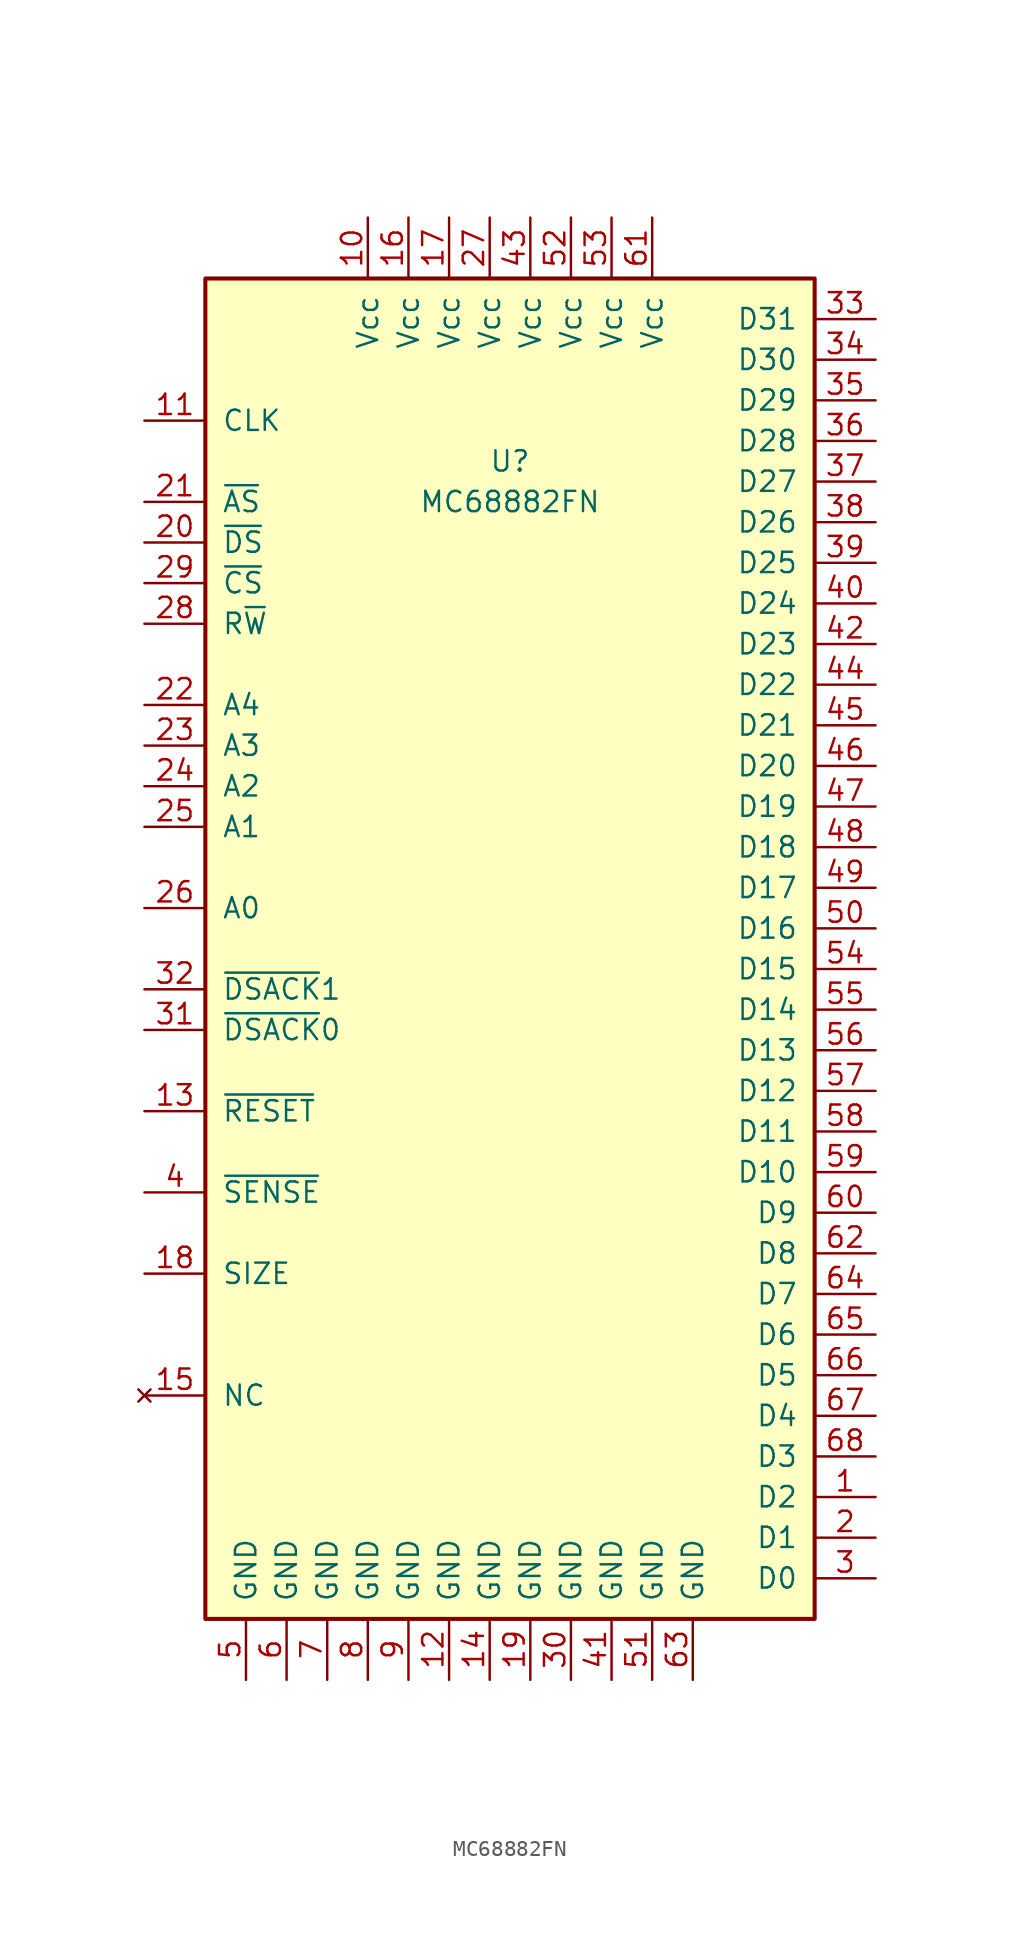
<source format=kicad_sym>
(kicad_symbol_lib
  (version 20211014)
  (generator kicad_symbol_editor)
  (symbol "MC68882FN"
    (pin_names
      (offset 1.016))
    (property "Reference" "U"
      (at 0 30.48 0)
      (effects (font (size 1.27 1.27))))
    (property "Value" "MC68882FN"
      (at 0 27.94 0)
      (effects (font (size 1.27 1.27))))
    (symbol "MC68882FN_0_1"
      (rectangle (start 19.05 -41.91) (end -19.05 41.91) (stroke (width 0.254) (type default) (color 0 0 0 0)) (fill (type background))))
    (symbol "MC68882FN_1_1"
      (pin bidirectional line (at 22.86 -34.29 180) (length 3.81) (name "D2" (effects (font (size 1.27 1.27)))) (number "1" (effects (font (size 1.27 1.27)))))
      (pin power_in line (at -8.89 45.72 270) (length 3.81) (name "Vcc" (effects (font (size 1.27 1.27)))) (number "10" (effects (font (size 1.27 1.27)))))
      (pin input line (at -22.86 33.02 0) (length 3.81) (name "CLK" (effects (font (size 1.27 1.27)))) (number "11" (effects (font (size 1.27 1.27)))))
      (pin power_in line (at -3.81 -45.72 90) (length 3.81) (name "GND" (effects (font (size 1.27 1.27)))) (number "12" (effects (font (size 1.27 1.27)))))
      (pin input line (at -22.86 -10.16 0) (length 3.81) (name "~{RESET}" (effects (font (size 1.27 1.27)))) (number "13" (effects (font (size 1.27 1.27)))))
      (pin power_in line (at -1.27 -45.72 90) (length 3.81) (name "GND" (effects (font (size 1.27 1.27)))) (number "14" (effects (font (size 1.27 1.27)))))
      (pin no_connect line (at -22.86 -27.94 0) (length 3.81) (name "NC" (effects (font (size 1.27 1.27)))) (number "15" (effects (font (size 1.27 1.27)))))
      (pin power_in line (at -6.35 45.72 270) (length 3.81) (name "Vcc" (effects (font (size 1.27 1.27)))) (number "16" (effects (font (size 1.27 1.27)))))
      (pin power_in line (at -3.81 45.72 270) (length 3.81) (name "Vcc" (effects (font (size 1.27 1.27)))) (number "17" (effects (font (size 1.27 1.27)))))
      (pin input line (at -22.86 -20.32 0) (length 3.81) (name "SIZE" (effects (font (size 1.27 1.27)))) (number "18" (effects (font (size 1.27 1.27)))))
      (pin power_in line (at 1.27 -45.72 90) (length 3.81) (name "GND" (effects (font (size 1.27 1.27)))) (number "19" (effects (font (size 1.27 1.27)))))
      (pin bidirectional line (at 22.86 -36.83 180) (length 3.81) (name "D1" (effects (font (size 1.27 1.27)))) (number "2" (effects (font (size 1.27 1.27)))))
      (pin tri_state line (at -22.86 25.4 0) (length 3.81) (name "~{DS}" (effects (font (size 1.27 1.27)))) (number "20" (effects (font (size 1.27 1.27)))))
      (pin tri_state line (at -22.86 27.94 0) (length 3.81) (name "~{AS}" (effects (font (size 1.27 1.27)))) (number "21" (effects (font (size 1.27 1.27)))))
      (pin tri_state line (at -22.86 15.24 0) (length 3.81) (name "A4" (effects (font (size 1.27 1.27)))) (number "22" (effects (font (size 1.27 1.27)))))
      (pin tri_state line (at -22.86 12.7 0) (length 3.81) (name "A3" (effects (font (size 1.27 1.27)))) (number "23" (effects (font (size 1.27 1.27)))))
      (pin tri_state line (at -22.86 10.16 0) (length 3.81) (name "A2" (effects (font (size 1.27 1.27)))) (number "24" (effects (font (size 1.27 1.27)))))
      (pin tri_state line (at -22.86 7.62 0) (length 3.81) (name "A1" (effects (font (size 1.27 1.27)))) (number "25" (effects (font (size 1.27 1.27)))))
      (pin tri_state line (at -22.86 2.54 0) (length 3.81) (name "A0" (effects (font (size 1.27 1.27)))) (number "26" (effects (font (size 1.27 1.27)))))
      (pin power_in line (at -1.27 45.72 270) (length 3.81) (name "Vcc" (effects (font (size 1.27 1.27)))) (number "27" (effects (font (size 1.27 1.27)))))
      (pin tri_state line (at -22.86 20.32 0) (length 3.81) (name "R~{W}" (effects (font (size 1.27 1.27)))) (number "28" (effects (font (size 1.27 1.27)))))
      (pin input line (at -22.86 22.86 0) (length 3.81) (name "~{CS}" (effects (font (size 1.27 1.27)))) (number "29" (effects (font (size 1.27 1.27)))))
      (pin bidirectional line (at 22.86 -39.37 180) (length 3.81) (name "D0" (effects (font (size 1.27 1.27)))) (number "3" (effects (font (size 1.27 1.27)))))
      (pin power_in line (at 3.81 -45.72 90) (length 3.81) (name "GND" (effects (font (size 1.27 1.27)))) (number "30" (effects (font (size 1.27 1.27)))))
      (pin input line (at -22.86 -5.08 0) (length 3.81) (name "~{DSACK}0" (effects (font (size 1.27 1.27)))) (number "31" (effects (font (size 1.27 1.27)))))
      (pin input line (at -22.86 -2.54 0) (length 3.81) (name "~{DSACK}1" (effects (font (size 1.27 1.27)))) (number "32" (effects (font (size 1.27 1.27)))))
      (pin bidirectional line (at 22.86 39.37 180) (length 3.81) (name "D31" (effects (font (size 1.27 1.27)))) (number "33" (effects (font (size 1.27 1.27)))))
      (pin bidirectional line (at 22.86 36.83 180) (length 3.81) (name "D30" (effects (font (size 1.27 1.27)))) (number "34" (effects (font (size 1.27 1.27)))))
      (pin bidirectional line (at 22.86 34.29 180) (length 3.81) (name "D29" (effects (font (size 1.27 1.27)))) (number "35" (effects (font (size 1.27 1.27)))))
      (pin bidirectional line (at 22.86 31.75 180) (length 3.81) (name "D28" (effects (font (size 1.27 1.27)))) (number "36" (effects (font (size 1.27 1.27)))))
      (pin bidirectional line (at 22.86 29.21 180) (length 3.81) (name "D27" (effects (font (size 1.27 1.27)))) (number "37" (effects (font (size 1.27 1.27)))))
      (pin bidirectional line (at 22.86 26.67 180) (length 3.81) (name "D26" (effects (font (size 1.27 1.27)))) (number "38" (effects (font (size 1.27 1.27)))))
      (pin bidirectional line (at 22.86 24.13 180) (length 3.81) (name "D25" (effects (font (size 1.27 1.27)))) (number "39" (effects (font (size 1.27 1.27)))))
      (pin open_collector line (at -22.86 -15.24 0) (length 3.81) (name "~{SENSE}" (effects (font (size 1.27 1.27)))) (number "4" (effects (font (size 1.27 1.27)))))
      (pin bidirectional line (at 22.86 21.59 180) (length 3.81) (name "D24" (effects (font (size 1.27 1.27)))) (number "40" (effects (font (size 1.27 1.27)))))
      (pin power_in line (at 6.35 -45.72 90) (length 3.81) (name "GND" (effects (font (size 1.27 1.27)))) (number "41" (effects (font (size 1.27 1.27)))))
      (pin bidirectional line (at 22.86 19.05 180) (length 3.81) (name "D23" (effects (font (size 1.27 1.27)))) (number "42" (effects (font (size 1.27 1.27)))))
      (pin power_in line (at 1.27 45.72 270) (length 3.81) (name "Vcc" (effects (font (size 1.27 1.27)))) (number "43" (effects (font (size 1.27 1.27)))))
      (pin bidirectional line (at 22.86 16.51 180) (length 3.81) (name "D22" (effects (font (size 1.27 1.27)))) (number "44" (effects (font (size 1.27 1.27)))))
      (pin bidirectional line (at 22.86 13.97 180) (length 3.81) (name "D21" (effects (font (size 1.27 1.27)))) (number "45" (effects (font (size 1.27 1.27)))))
      (pin bidirectional line (at 22.86 11.43 180) (length 3.81) (name "D20" (effects (font (size 1.27 1.27)))) (number "46" (effects (font (size 1.27 1.27)))))
      (pin bidirectional line (at 22.86 8.89 180) (length 3.81) (name "D19" (effects (font (size 1.27 1.27)))) (number "47" (effects (font (size 1.27 1.27)))))
      (pin bidirectional line (at 22.86 6.35 180) (length 3.81) (name "D18" (effects (font (size 1.27 1.27)))) (number "48" (effects (font (size 1.27 1.27)))))
      (pin bidirectional line (at 22.86 3.81 180) (length 3.81) (name "D17" (effects (font (size 1.27 1.27)))) (number "49" (effects (font (size 1.27 1.27)))))
      (pin power_in line (at -16.51 -45.72 90) (length 3.81) (name "GND" (effects (font (size 1.27 1.27)))) (number "5" (effects (font (size 1.27 1.27)))))
      (pin bidirectional line (at 22.86 1.27 180) (length 3.81) (name "D16" (effects (font (size 1.27 1.27)))) (number "50" (effects (font (size 1.27 1.27)))))
      (pin power_in line (at 8.89 -45.72 90) (length 3.81) (name "GND" (effects (font (size 1.27 1.27)))) (number "51" (effects (font (size 1.27 1.27)))))
      (pin power_in line (at 3.81 45.72 270) (length 3.81) (name "Vcc" (effects (font (size 1.27 1.27)))) (number "52" (effects (font (size 1.27 1.27)))))
      (pin power_in line (at 6.35 45.72 270) (length 3.81) (name "Vcc" (effects (font (size 1.27 1.27)))) (number "53" (effects (font (size 1.27 1.27)))))
      (pin bidirectional line (at 22.86 -1.27 180) (length 3.81) (name "D15" (effects (font (size 1.27 1.27)))) (number "54" (effects (font (size 1.27 1.27)))))
      (pin bidirectional line (at 22.86 -3.81 180) (length 3.81) (name "D14" (effects (font (size 1.27 1.27)))) (number "55" (effects (font (size 1.27 1.27)))))
      (pin bidirectional line (at 22.86 -6.35 180) (length 3.81) (name "D13" (effects (font (size 1.27 1.27)))) (number "56" (effects (font (size 1.27 1.27)))))
      (pin bidirectional line (at 22.86 -8.89 180) (length 3.81) (name "D12" (effects (font (size 1.27 1.27)))) (number "57" (effects (font (size 1.27 1.27)))))
      (pin bidirectional line (at 22.86 -11.43 180) (length 3.81) (name "D11" (effects (font (size 1.27 1.27)))) (number "58" (effects (font (size 1.27 1.27)))))
      (pin bidirectional line (at 22.86 -13.97 180) (length 3.81) (name "D10" (effects (font (size 1.27 1.27)))) (number "59" (effects (font (size 1.27 1.27)))))
      (pin power_in line (at -13.97 -45.72 90) (length 3.81) (name "GND" (effects (font (size 1.27 1.27)))) (number "6" (effects (font (size 1.27 1.27)))))
      (pin bidirectional line (at 22.86 -16.51 180) (length 3.81) (name "D9" (effects (font (size 1.27 1.27)))) (number "60" (effects (font (size 1.27 1.27)))))
      (pin power_in line (at 8.89 45.72 270) (length 3.81) (name "Vcc" (effects (font (size 1.27 1.27)))) (number "61" (effects (font (size 1.27 1.27)))))
      (pin bidirectional line (at 22.86 -19.05 180) (length 3.81) (name "D8" (effects (font (size 1.27 1.27)))) (number "62" (effects (font (size 1.27 1.27)))))
      (pin power_in line (at 11.43 -45.72 90) (length 3.81) (name "GND" (effects (font (size 1.27 1.27)))) (number "63" (effects (font (size 1.27 1.27)))))
      (pin bidirectional line (at 22.86 -21.59 180) (length 3.81) (name "D7" (effects (font (size 1.27 1.27)))) (number "64" (effects (font (size 1.27 1.27)))))
      (pin bidirectional line (at 22.86 -24.13 180) (length 3.81) (name "D6" (effects (font (size 1.27 1.27)))) (number "65" (effects (font (size 1.27 1.27)))))
      (pin bidirectional line (at 22.86 -26.67 180) (length 3.81) (name "D5" (effects (font (size 1.27 1.27)))) (number "66" (effects (font (size 1.27 1.27)))))
      (pin bidirectional line (at 22.86 -29.21 180) (length 3.81) (name "D4" (effects (font (size 1.27 1.27)))) (number "67" (effects (font (size 1.27 1.27)))))
      (pin bidirectional line (at 22.86 -31.75 180) (length 3.81) (name "D3" (effects (font (size 1.27 1.27)))) (number "68" (effects (font (size 1.27 1.27)))))
      (pin power_in line (at -11.43 -45.72 90) (length 3.81) (name "GND" (effects (font (size 1.27 1.27)))) (number "7" (effects (font (size 1.27 1.27)))))
      (pin power_in line (at -8.89 -45.72 90) (length 3.81) (name "GND" (effects (font (size 1.27 1.27)))) (number "8" (effects (font (size 1.27 1.27)))))
      (pin power_in line (at -6.35 -45.72 90) (length 3.81) (name "GND" (effects (font (size 1.27 1.27)))) (number "9" (effects (font (size 1.27 1.27))))))))
</source>
